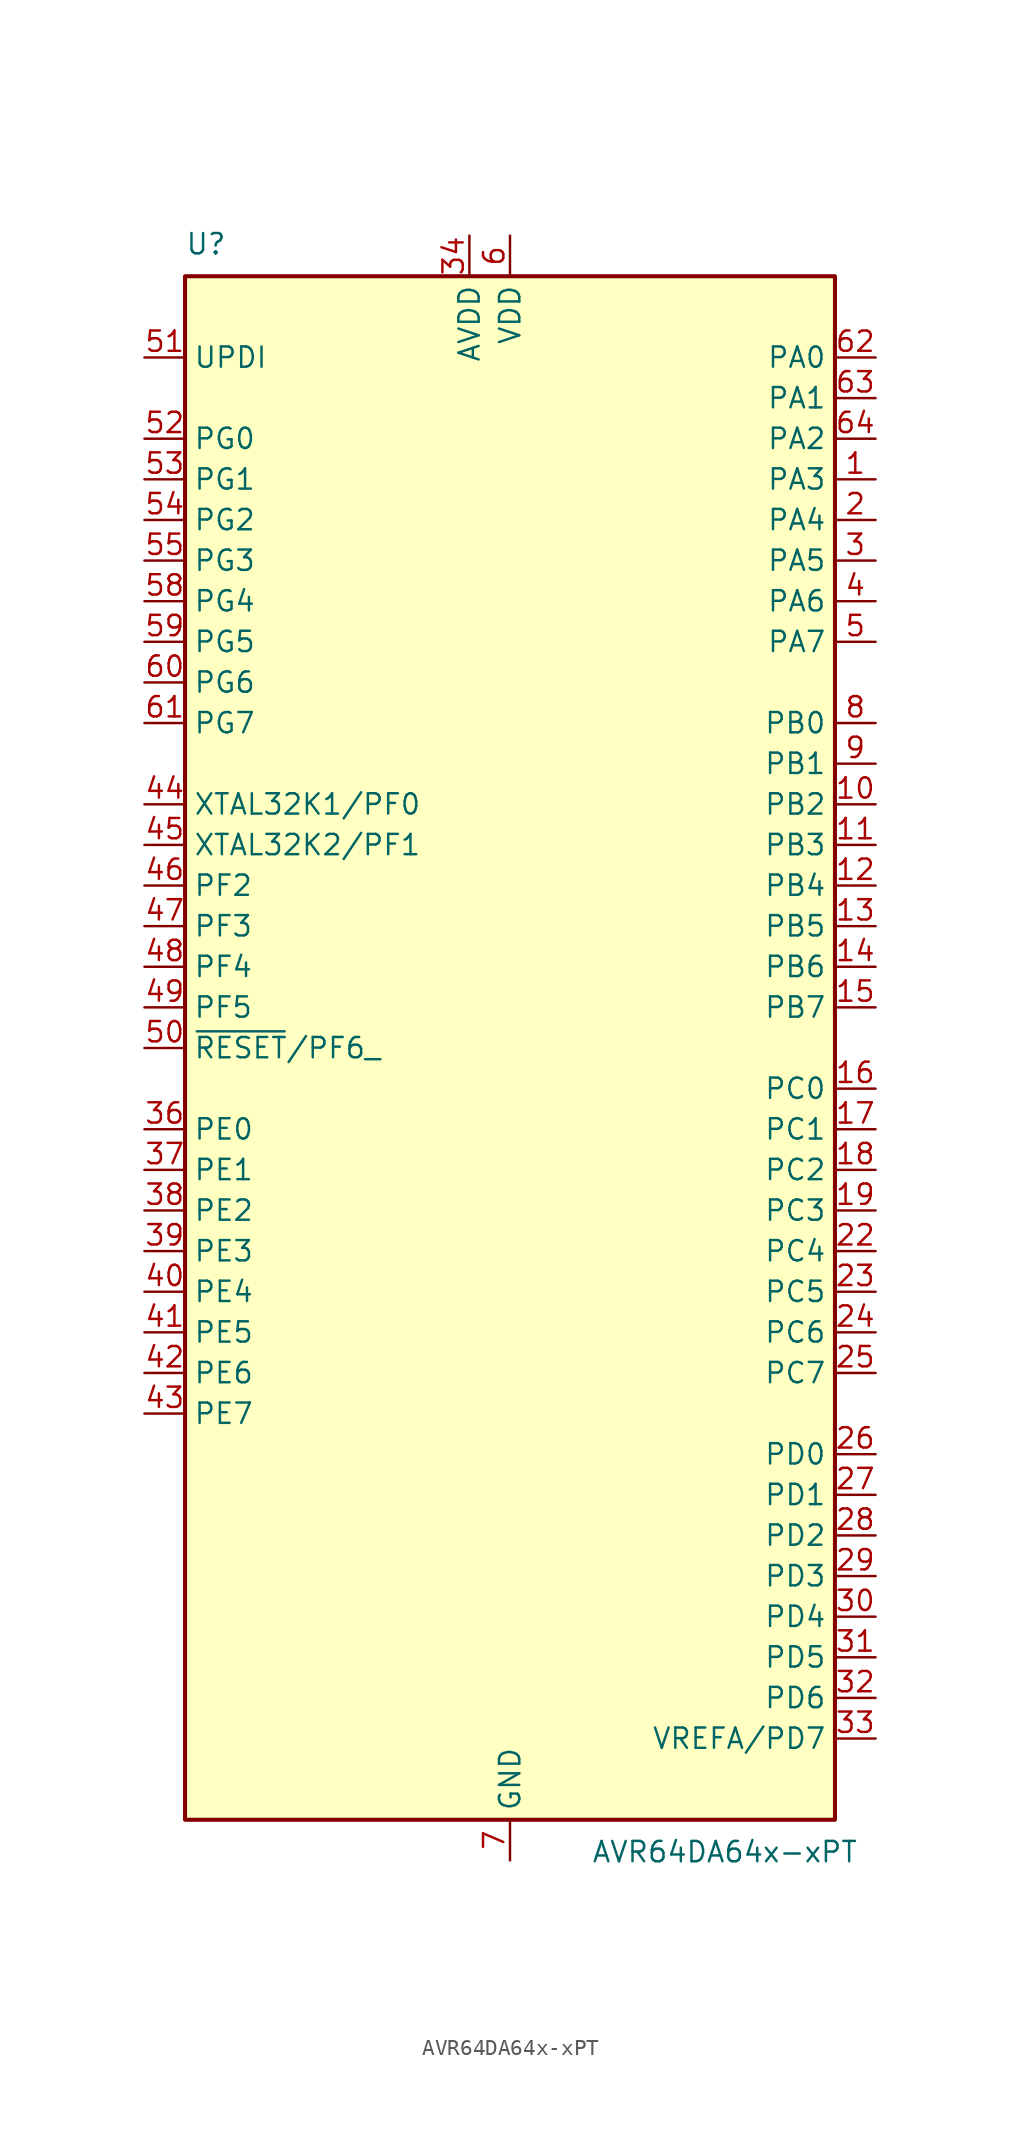
<source format=kicad_sym>
(kicad_symbol_lib
  (version 20231120)
  (generator "kicad_symbol_editor")
  (generator_version "8.0")
  (symbol "AVR64DA64x-xPT"
    (property "Reference" "U"
      (at -20.32 49.53 0)
      (effects (font (size 1.27 1.27)) (justify left bottom)))
    (property "Value" "AVR64DA64x-xPT"
      (at 5.08 -49.53 0)
      (effects (font (size 1.27 1.27)) (justify left top)))
    (symbol "AVR64DA64x-xPT_0_1"
      (rectangle (start -20.32 48.26) (end 20.32 -48.26) (stroke (width 0.254) (type default)) (fill (type background))))
    (symbol "AVR64DA64x-xPT_1_1"
      (pin bidirectional line (at 22.86 35.56 180) (length 2.54) (name "PA3" (effects (font (size 1.27 1.27)))) (number "1" (effects (font (size 1.27 1.27)))))
      (pin bidirectional line (at 22.86 15.24 180) (length 2.54) (name "PB2" (effects (font (size 1.27 1.27)))) (number "10" (effects (font (size 1.27 1.27)))))
      (pin bidirectional line (at 22.86 12.7 180) (length 2.54) (name "PB3" (effects (font (size 1.27 1.27)))) (number "11" (effects (font (size 1.27 1.27)))))
      (pin bidirectional line (at 22.86 10.16 180) (length 2.54) (name "PB4" (effects (font (size 1.27 1.27)))) (number "12" (effects (font (size 1.27 1.27)))))
      (pin bidirectional line (at 22.86 7.62 180) (length 2.54) (name "PB5" (effects (font (size 1.27 1.27)))) (number "13" (effects (font (size 1.27 1.27)))))
      (pin bidirectional line (at 22.86 5.08 180) (length 2.54) (name "PB6" (effects (font (size 1.27 1.27)))) (number "14" (effects (font (size 1.27 1.27)))))
      (pin bidirectional line (at 22.86 2.54 180) (length 2.54) (name "PB7" (effects (font (size 1.27 1.27)))) (number "15" (effects (font (size 1.27 1.27)))))
      (pin bidirectional line (at 22.86 -2.54 180) (length 2.54) (name "PC0" (effects (font (size 1.27 1.27)))) (number "16" (effects (font (size 1.27 1.27)))))
      (pin bidirectional line (at 22.86 -5.08 180) (length 2.54) (name "PC1" (effects (font (size 1.27 1.27)))) (number "17" (effects (font (size 1.27 1.27)))))
      (pin bidirectional line (at 22.86 -7.62 180) (length 2.54) (name "PC2" (effects (font (size 1.27 1.27)))) (number "18" (effects (font (size 1.27 1.27)))))
      (pin bidirectional line (at 22.86 -10.16 180) (length 2.54) (name "PC3" (effects (font (size 1.27 1.27)))) (number "19" (effects (font (size 1.27 1.27)))))
      (pin bidirectional line (at 22.86 33.02 180) (length 2.54) (name "PA4" (effects (font (size 1.27 1.27)))) (number "2" (effects (font (size 1.27 1.27)))))
      (pin passive line (at 0 50.8 270) (length 2.54) hide (name "VDD" (effects (font (size 1.27 1.27)))) (number "20" (effects (font (size 1.27 1.27)))))
      (pin passive line (at 0 -50.8 90) (length 2.54) hide (name "GND" (effects (font (size 1.27 1.27)))) (number "21" (effects (font (size 1.27 1.27)))))
      (pin bidirectional line (at 22.86 -12.7 180) (length 2.54) (name "PC4" (effects (font (size 1.27 1.27)))) (number "22" (effects (font (size 1.27 1.27)))))
      (pin bidirectional line (at 22.86 -15.24 180) (length 2.54) (name "PC5" (effects (font (size 1.27 1.27)))) (number "23" (effects (font (size 1.27 1.27)))))
      (pin bidirectional line (at 22.86 -17.78 180) (length 2.54) (name "PC6" (effects (font (size 1.27 1.27)))) (number "24" (effects (font (size 1.27 1.27)))))
      (pin bidirectional line (at 22.86 -20.32 180) (length 2.54) (name "PC7" (effects (font (size 1.27 1.27)))) (number "25" (effects (font (size 1.27 1.27)))))
      (pin bidirectional line (at 22.86 -25.4 180) (length 2.54) (name "PD0" (effects (font (size 1.27 1.27)))) (number "26" (effects (font (size 1.27 1.27)))))
      (pin bidirectional line (at 22.86 -27.94 180) (length 2.54) (name "PD1" (effects (font (size 1.27 1.27)))) (number "27" (effects (font (size 1.27 1.27)))))
      (pin bidirectional line (at 22.86 -30.48 180) (length 2.54) (name "PD2" (effects (font (size 1.27 1.27)))) (number "28" (effects (font (size 1.27 1.27)))))
      (pin bidirectional line (at 22.86 -33.02 180) (length 2.54) (name "PD3" (effects (font (size 1.27 1.27)))) (number "29" (effects (font (size 1.27 1.27)))))
      (pin bidirectional line (at 22.86 30.48 180) (length 2.54) (name "PA5" (effects (font (size 1.27 1.27)))) (number "3" (effects (font (size 1.27 1.27)))))
      (pin bidirectional line (at 22.86 -35.56 180) (length 2.54) (name "PD4" (effects (font (size 1.27 1.27)))) (number "30" (effects (font (size 1.27 1.27)))))
      (pin bidirectional line (at 22.86 -38.1 180) (length 2.54) (name "PD5" (effects (font (size 1.27 1.27)))) (number "31" (effects (font (size 1.27 1.27)))))
      (pin bidirectional line (at 22.86 -40.64 180) (length 2.54) (name "PD6" (effects (font (size 1.27 1.27)))) (number "32" (effects (font (size 1.27 1.27)))))
      (pin bidirectional line (at 22.86 -43.18 180) (length 2.54) (name "VREFA/PD7" (effects (font (size 1.27 1.27)))) (number "33" (effects (font (size 1.27 1.27)))))
      (pin power_in line (at -2.54 50.8 270) (length 2.54) (name "AVDD" (effects (font (size 1.27 1.27)))) (number "34" (effects (font (size 1.27 1.27)))))
      (pin passive line (at 0 -50.8 90) (length 2.54) hide (name "GND" (effects (font (size 1.27 1.27)))) (number "35" (effects (font (size 1.27 1.27)))))
      (pin bidirectional line (at -22.86 -5.08 0) (length 2.54) (name "PE0" (effects (font (size 1.27 1.27)))) (number "36" (effects (font (size 1.27 1.27)))))
      (pin bidirectional line (at -22.86 -7.62 0) (length 2.54) (name "PE1" (effects (font (size 1.27 1.27)))) (number "37" (effects (font (size 1.27 1.27)))))
      (pin bidirectional line (at -22.86 -10.16 0) (length 2.54) (name "PE2" (effects (font (size 1.27 1.27)))) (number "38" (effects (font (size 1.27 1.27)))))
      (pin bidirectional line (at -22.86 -12.7 0) (length 2.54) (name "PE3" (effects (font (size 1.27 1.27)))) (number "39" (effects (font (size 1.27 1.27)))))
      (pin bidirectional line (at 22.86 27.94 180) (length 2.54) (name "PA6" (effects (font (size 1.27 1.27)))) (number "4" (effects (font (size 1.27 1.27)))))
      (pin bidirectional line (at -22.86 -15.24 0) (length 2.54) (name "PE4" (effects (font (size 1.27 1.27)))) (number "40" (effects (font (size 1.27 1.27)))))
      (pin bidirectional line (at -22.86 -17.78 0) (length 2.54) (name "PE5" (effects (font (size 1.27 1.27)))) (number "41" (effects (font (size 1.27 1.27)))))
      (pin bidirectional line (at -22.86 -20.32 0) (length 2.54) (name "PE6" (effects (font (size 1.27 1.27)))) (number "42" (effects (font (size 1.27 1.27)))))
      (pin bidirectional line (at -22.86 -22.86 0) (length 2.54) (name "PE7" (effects (font (size 1.27 1.27)))) (number "43" (effects (font (size 1.27 1.27)))))
      (pin bidirectional line (at -22.86 15.24 0) (length 2.54) (name "XTAL32K1/PF0" (effects (font (size 1.27 1.27)))) (number "44" (effects (font (size 1.27 1.27)))))
      (pin bidirectional line (at -22.86 12.7 0) (length 2.54) (name "XTAL32K2/PF1" (effects (font (size 1.27 1.27)))) (number "45" (effects (font (size 1.27 1.27)))))
      (pin bidirectional line (at -22.86 10.16 0) (length 2.54) (name "PF2" (effects (font (size 1.27 1.27)))) (number "46" (effects (font (size 1.27 1.27)))))
      (pin bidirectional line (at -22.86 7.62 0) (length 2.54) (name "PF3" (effects (font (size 1.27 1.27)))) (number "47" (effects (font (size 1.27 1.27)))))
      (pin bidirectional line (at -22.86 5.08 0) (length 2.54) (name "PF4" (effects (font (size 1.27 1.27)))) (number "48" (effects (font (size 1.27 1.27)))))
      (pin bidirectional line (at -22.86 2.54 0) (length 2.54) (name "PF5" (effects (font (size 1.27 1.27)))) (number "49" (effects (font (size 1.27 1.27)))))
      (pin bidirectional line (at 22.86 25.4 180) (length 2.54) (name "PA7" (effects (font (size 1.27 1.27)))) (number "5" (effects (font (size 1.27 1.27)))))
      (pin bidirectional line (at -22.86 0 0) (length 2.54) (name "~{RESET}/PF6_" (effects (font (size 1.27 1.27)))) (number "50" (effects (font (size 1.27 1.27)))))
      (pin input line (at -22.86 43.18 0) (length 2.54) (name "UPDI" (effects (font (size 1.27 1.27)))) (number "51" (effects (font (size 1.27 1.27)))))
      (pin bidirectional line (at -22.86 38.1 0) (length 2.54) (name "PG0" (effects (font (size 1.27 1.27)))) (number "52" (effects (font (size 1.27 1.27)))))
      (pin bidirectional line (at -22.86 35.56 0) (length 2.54) (name "PG1" (effects (font (size 1.27 1.27)))) (number "53" (effects (font (size 1.27 1.27)))))
      (pin bidirectional line (at -22.86 33.02 0) (length 2.54) (name "PG2" (effects (font (size 1.27 1.27)))) (number "54" (effects (font (size 1.27 1.27)))))
      (pin bidirectional line (at -22.86 30.48 0) (length 2.54) (name "PG3" (effects (font (size 1.27 1.27)))) (number "55" (effects (font (size 1.27 1.27)))))
      (pin passive line (at 0 50.8 270) (length 2.54) hide (name "VDD" (effects (font (size 1.27 1.27)))) (number "56" (effects (font (size 1.27 1.27)))))
      (pin passive line (at 0 -50.8 90) (length 2.54) hide (name "GND" (effects (font (size 1.27 1.27)))) (number "57" (effects (font (size 1.27 1.27)))))
      (pin bidirectional line (at -22.86 27.94 0) (length 2.54) (name "PG4" (effects (font (size 1.27 1.27)))) (number "58" (effects (font (size 1.27 1.27)))))
      (pin bidirectional line (at -22.86 25.4 0) (length 2.54) (name "PG5" (effects (font (size 1.27 1.27)))) (number "59" (effects (font (size 1.27 1.27)))))
      (pin power_in line (at 0 50.8 270) (length 2.54) (name "VDD" (effects (font (size 1.27 1.27)))) (number "6" (effects (font (size 1.27 1.27)))))
      (pin bidirectional line (at -22.86 22.86 0) (length 2.54) (name "PG6" (effects (font (size 1.27 1.27)))) (number "60" (effects (font (size 1.27 1.27)))))
      (pin bidirectional line (at -22.86 20.32 0) (length 2.54) (name "PG7" (effects (font (size 1.27 1.27)))) (number "61" (effects (font (size 1.27 1.27)))))
      (pin bidirectional line (at 22.86 43.18 180) (length 2.54) (name "PA0" (effects (font (size 1.27 1.27)))) (number "62" (effects (font (size 1.27 1.27)))))
      (pin bidirectional line (at 22.86 40.64 180) (length 2.54) (name "PA1" (effects (font (size 1.27 1.27)))) (number "63" (effects (font (size 1.27 1.27)))))
      (pin bidirectional line (at 22.86 38.1 180) (length 2.54) (name "PA2" (effects (font (size 1.27 1.27)))) (number "64" (effects (font (size 1.27 1.27)))))
      (pin power_in line (at 0 -50.8 90) (length 2.54) (name "GND" (effects (font (size 1.27 1.27)))) (number "7" (effects (font (size 1.27 1.27)))))
      (pin bidirectional line (at 22.86 20.32 180) (length 2.54) (name "PB0" (effects (font (size 1.27 1.27)))) (number "8" (effects (font (size 1.27 1.27)))))
      (pin bidirectional line (at 22.86 17.78 180) (length 2.54) (name "PB1" (effects (font (size 1.27 1.27)))) (number "9" (effects (font (size 1.27 1.27))))))))
</source>
